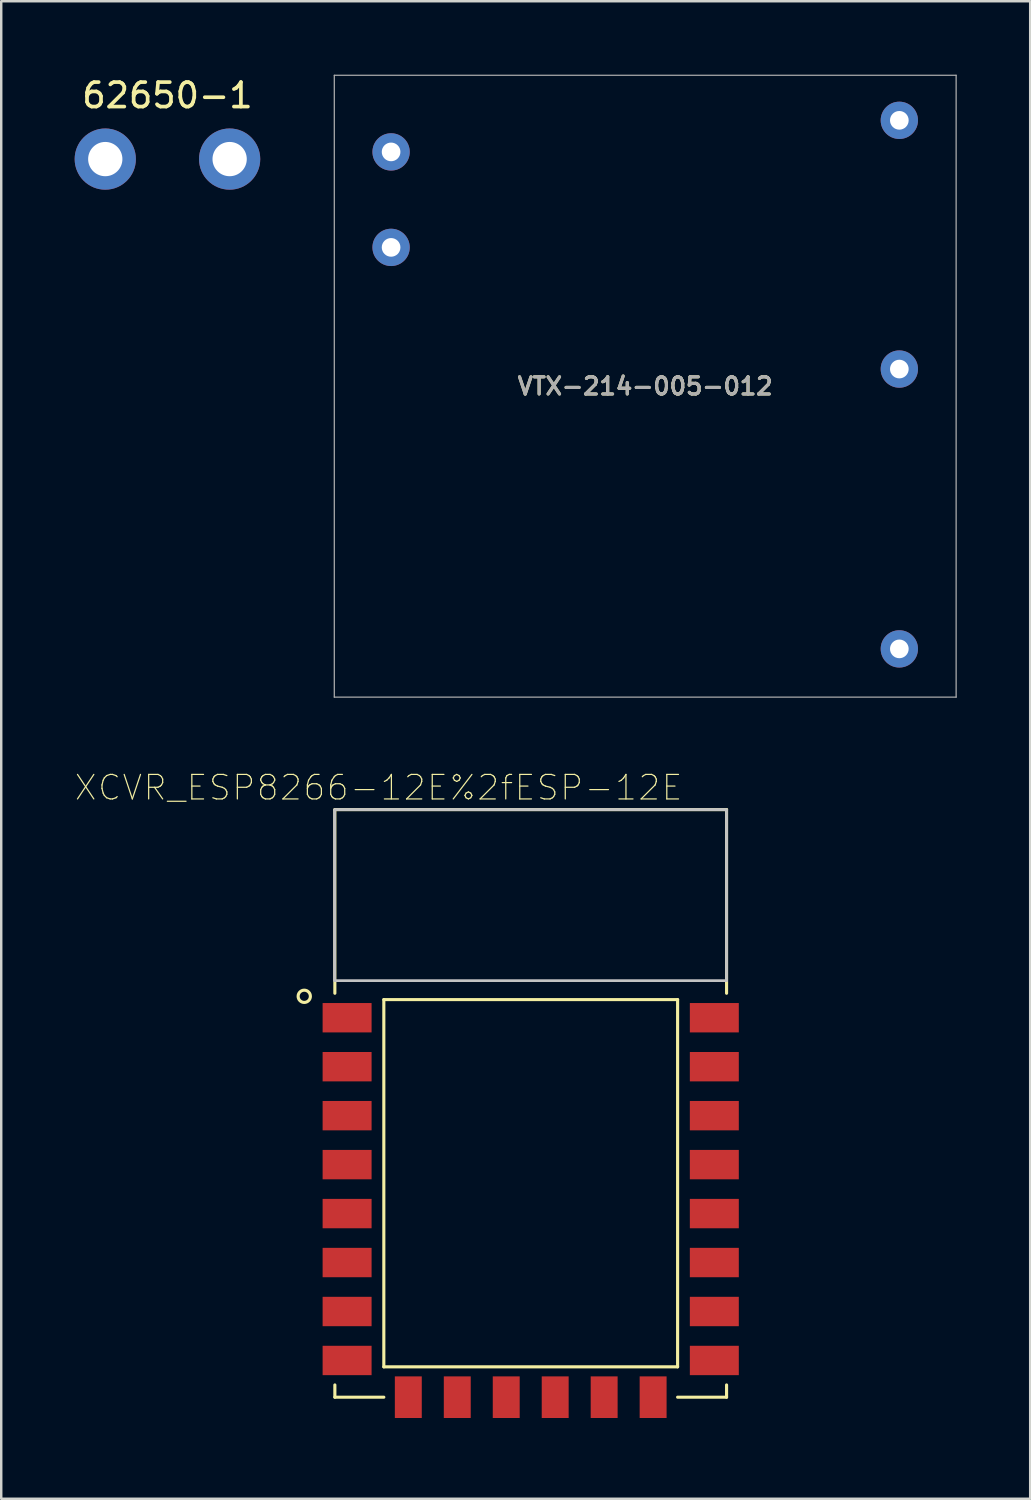
<source format=kicad_pcb>
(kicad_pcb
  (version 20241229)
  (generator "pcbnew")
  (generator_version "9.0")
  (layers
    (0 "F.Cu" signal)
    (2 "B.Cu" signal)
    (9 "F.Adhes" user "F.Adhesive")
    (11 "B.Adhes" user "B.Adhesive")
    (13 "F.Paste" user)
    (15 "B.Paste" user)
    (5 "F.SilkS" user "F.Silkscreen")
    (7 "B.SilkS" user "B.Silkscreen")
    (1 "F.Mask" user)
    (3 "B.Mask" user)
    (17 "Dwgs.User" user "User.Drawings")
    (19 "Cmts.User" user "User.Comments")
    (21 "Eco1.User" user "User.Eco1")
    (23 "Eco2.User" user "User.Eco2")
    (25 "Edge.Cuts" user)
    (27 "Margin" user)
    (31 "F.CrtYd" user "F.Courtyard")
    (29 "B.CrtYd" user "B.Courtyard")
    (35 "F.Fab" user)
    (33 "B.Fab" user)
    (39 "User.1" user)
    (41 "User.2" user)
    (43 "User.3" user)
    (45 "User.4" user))
  (footprint "XCVR_ESP8266-12E%2fESP-12E"
    (layer "F.Cu")
    (at 18.628 45.521)
    (property "Reference" "XCVR_ESP8266-12E%2fESP-12E" (at -6.215 -16.398 0) (layer "F.SilkS") (effects (font (size 1.001 1.001) (thickness 0.05))))
    (attr smd)
    (fp_line (start -8 -15.5) (end 8 -15.5) (stroke (width 0.127) (type solid)) (layer "F.SilkS"))
    (fp_line (start -8 -8) (end -8 -15.5) (stroke (width 0.127) (type solid)) (layer "F.SilkS"))
    (fp_line (start -8 8) (end -8 8.5) (stroke (width 0.127) (type solid)) (layer "F.SilkS"))
    (fp_line (start -8 8.5) (end -6 8.5) (stroke (width 0.127) (type solid)) (layer "F.SilkS"))
    (fp_line (start -6 -7.74) (end 6 -7.74) (stroke (width 0.127) (type solid)) (layer "F.SilkS"))
    (fp_line (start -6 7.26) (end -6 -7.74) (stroke (width 0.127) (type solid)) (layer "F.SilkS"))
    (fp_line (start 6 -7.74) (end 6 7.26) (stroke (width 0.127) (type solid)) (layer "F.SilkS"))
    (fp_line (start 6 7.26) (end -6 7.26) (stroke (width 0.127) (type solid)) (layer "F.SilkS"))
    (fp_line (start 8 -15.5) (end 8 -8) (stroke (width 0.127) (type solid)) (layer "F.SilkS"))
    (fp_line (start 8 8) (end 8 8.5) (stroke (width 0.127) (type solid)) (layer "F.SilkS"))
    (fp_line (start 8 8.5) (end 6 8.5) (stroke (width 0.127) (type solid)) (layer "F.SilkS"))
    (fp_circle (center -9.25 -7.875) (end -9 -7.875) (stroke (width 0.127) (type solid)) (fill no) (layer "F.SilkS"))
    (fp_poly (pts (xy -8.009 -15.5) (xy 8 -15.5) (xy 8 -8.51) (xy -8.009 -8.51)) (stroke (width 0.1) (type solid)) (fill no) (layer "Dwgs.User"))
    (fp_poly (pts (xy -8.009 -15.5) (xy 8 -15.5) (xy 8 -8.51) (xy -8.009 -8.51)) (stroke (width 0.1) (type solid)) (fill no) (layer "Dwgs.User"))
    (fp_line (start -8.75 -15.75) (end -8.75 9.625) (stroke (width 0.05) (type solid)) (layer "Eco1.User"))
    (fp_line (start -8.75 9.625) (end 8.75 9.625) (stroke (width 0.05) (type solid)) (layer "Eco1.User"))
    (fp_line (start 8.75 -15.75) (end -8.75 -15.75) (stroke (width 0.05) (type solid)) (layer "Eco1.User"))
    (fp_line (start 8.75 9.625) (end 8.75 -15.75) (stroke (width 0.05) (type solid)) (layer "Eco1.User"))
    (fp_line (start -8 -15.5) (end 8 -15.5) (stroke (width 0.127) (type solid)) (layer "Eco2.User"))
    (fp_line (start -8 8.5) (end -8 -15.5) (stroke (width 0.127) (type solid)) (layer "Eco2.User"))
    (fp_line (start 8 -15.5) (end 8 8.5) (stroke (width 0.127) (type solid)) (layer "Eco2.User"))
    (fp_line (start 8 8.5) (end -8 8.5) (stroke (width 0.127) (type solid)) (layer "Eco2.User"))
    (pad "1" smd rect (at -7.5 -7) (size 2 1.2) (layers "F.Cu" "F.Mask" "F.Paste"))
    (pad "2" smd rect (at -7.5 -5) (size 2 1.2) (layers "F.Cu" "F.Mask" "F.Paste"))
    (pad "3" smd rect (at -7.5 -3) (size 2 1.2) (layers "F.Cu" "F.Mask" "F.Paste"))
    (pad "4" smd rect (at -7.5 -1) (size 2 1.2) (layers "F.Cu" "F.Mask" "F.Paste"))
    (pad "5" smd rect (at -7.5 1) (size 2 1.2) (layers "F.Cu" "F.Mask" "F.Paste"))
    (pad "6" smd rect (at -7.5 3) (size 2 1.2) (layers "F.Cu" "F.Mask" "F.Paste"))
    (pad "7" smd rect (at -7.5 5) (size 2 1.2) (layers "F.Cu" "F.Mask" "F.Paste"))
    (pad "8" smd rect (at -7.5 7) (size 2 1.2) (layers "F.Cu" "F.Mask" "F.Paste"))
    (pad "9" smd rect (at -5 8.5) (size 1.1 1.7) (layers "F.Cu" "F.Mask" "F.Paste"))
    (pad "10" smd rect (at -3 8.5) (size 1.1 1.7) (layers "F.Cu" "F.Mask" "F.Paste"))
    (pad "11" smd rect (at -1 8.5) (size 1.1 1.7) (layers "F.Cu" "F.Mask" "F.Paste"))
    (pad "12" smd rect (at 1 8.5) (size 1.1 1.7) (layers "F.Cu" "F.Mask" "F.Paste"))
    (pad "13" smd rect (at 3 8.5) (size 1.1 1.7) (layers "F.Cu" "F.Mask" "F.Paste"))
    (pad "14" smd rect (at 5 8.5) (size 1.1 1.7) (layers "F.Cu" "F.Mask" "F.Paste"))
    (pad "15" smd rect (at 7.5 7) (size 2 1.2) (layers "F.Cu" "F.Mask" "F.Paste"))
    (pad "16" smd rect (at 7.5 5) (size 2 1.2) (layers "F.Cu" "F.Mask" "F.Paste"))
    (pad "17" smd rect (at 7.5 3) (size 2 1.2) (layers "F.Cu" "F.Mask" "F.Paste"))
    (pad "18" smd rect (at 7.5 1) (size 2 1.2) (layers "F.Cu" "F.Mask" "F.Paste"))
    (pad "19" smd rect (at 7.5 -1) (size 2 1.2) (layers "F.Cu" "F.Mask" "F.Paste"))
    (pad "20" smd rect (at 7.5 -3) (size 2 1.2) (layers "F.Cu" "F.Mask" "F.Paste"))
    (pad "21" smd rect (at 7.5 -5) (size 2 1.2) (layers "F.Cu" "F.Mask" "F.Paste"))
    (pad "22" smd rect (at 7.5 -7) (size 2 1.2) (layers "F.Cu" "F.Mask" "F.Paste")))
  (footprint "62650-1"
    (layer "F.Cu")
    (at 3.79 3.448)
    (property "Reference" "62650-1" (at 0 -2.6 0) (layer "F.SilkS") (effects (font (size 1 1) (thickness 0.15))))
    (attr through_hole)
    (pad "1" thru_hole circle (at -2.54 0) (size 2.5 2.5) (drill 1.4) (layers "*.Cu" "*.Mask"))
    (pad "1" thru_hole circle (at 2.54 0) (size 2.5 2.5) (drill 1.4) (layers "*.Cu" "*.Mask")))
  (footprint "VTX-214-005-012"
    (layer "F.Cu")
    (at 23.305 12.725)
    (property "Reference" "VTX-214-005-012" (at 0 0 0) (layer "F.SilkS") (effects (font (size 0.7 0.7) (thickness 0.127))))
    (attr through_hole)
    (fp_line (start -12.7 -12.7) (end -12.7 12.7) (stroke (width 0.05) (type solid)) (layer "F.Fab"))
    (fp_line (start -12.7 -12.7) (end 12.7 -12.7) (stroke (width 0.05) (type solid)) (layer "F.Fab"))
    (fp_line (start -12.7 12.7) (end 12.7 12.7) (stroke (width 0.05) (type solid)) (layer "F.Fab"))
    (fp_line (start 12.7 -12.7) (end 12.7 12.7) (stroke (width 0.05) (type solid)) (layer "F.Fab"))
    (fp_text user "${REFERENCE}" (at 0 0 0) (layer "F.Fab") (effects (font (size 0.7 0.7) (thickness 0.127))))
    (pad "1" thru_hole circle (at -10.38 -9.57) (size 1.524 1.524) (drill 0.762) (layers "*.Cu" "*.Mask"))
    (pad "2" thru_hole circle (at -10.38 -5.67) (size 1.524 1.524) (drill 0.762) (layers "*.Cu" "*.Mask"))
    (pad "3" thru_hole circle (at 10.38 10.73) (size 1.524 1.524) (drill 0.762) (layers "*.Cu" "*.Mask"))
    (pad "4" thru_hole circle (at 10.38 -0.7) (size 1.524 1.524) (drill 0.762) (layers "*.Cu" "*.Mask"))
    (pad "5" thru_hole circle (at 10.38 -10.86) (size 1.524 1.524) (drill 0.762) (layers "*.Cu" "*.Mask")))
  (gr_rect
    (start -3 -3)
    (end 39.03 58.171)
    (stroke (width 0.1) (type default))
    (fill no)
    (layer "Edge.Cuts")))
</source>
